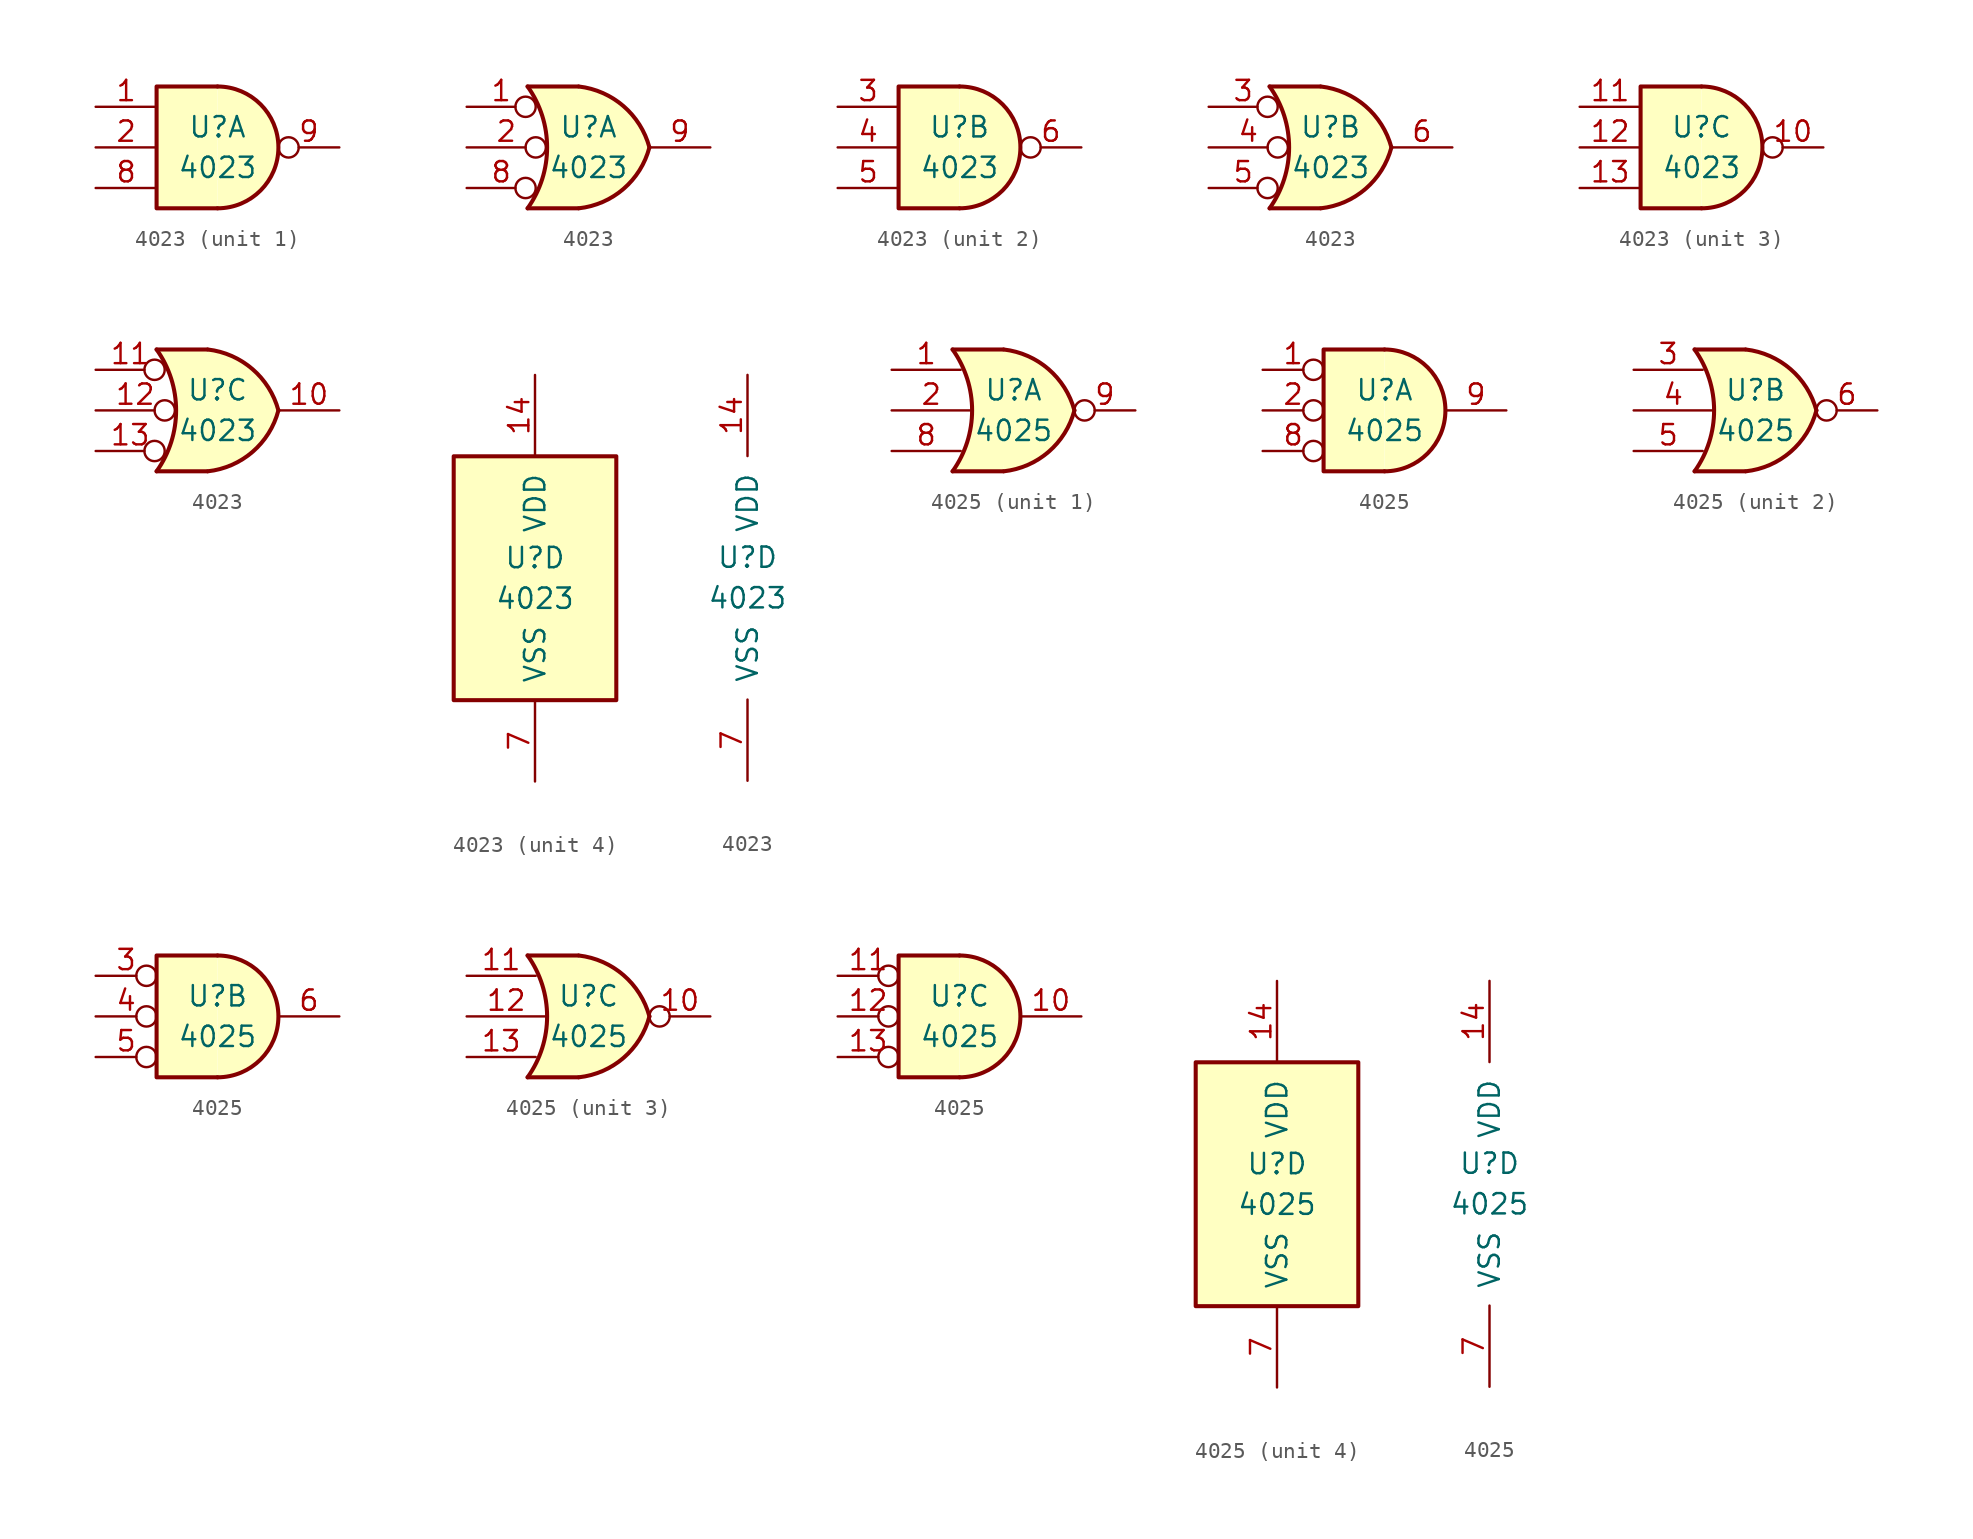
<source format=kicad_sym>
(kicad_symbol_lib
  (version 20200908)
  (generator kicad_symbol_editor)
  (symbol "4xxx:4023"
    (pin_names
      (offset 1.016))
    (property "Reference" "U"
      (at 0 1.27 0)
      (effects (font (size 1.27 1.27))))
    (property "Value" "4023"
      (at 0 -1.27 0)
      (effects (font (size 1.27 1.27))))
    (property "ki_locked" ""
      (at 0 0 0)
      (effects (font (size 1.27 1.27))))
    (symbol "4023_1_1"
      (arc (start 0 -3.81) (end 0 3.81) (radius (at 0 0) (length 3.81) (angles -89.9 89.9)) (stroke (width 0.254)) (fill (type background)))
      (polyline (pts (xy 0 3.81) (xy -3.81 3.81) (xy -3.81 -3.81) (xy 0 -3.81)) (stroke (width 0.254)) (fill (type background)))
      (pin input line (at -7.62 2.54 0) (length 3.81) (name "~" (effects (font (size 1.27 1.27)))) (number "1" (effects (font (size 1.27 1.27)))))
      (pin input line (at -7.62 0 0) (length 3.81) (name "~" (effects (font (size 1.27 1.27)))) (number "2" (effects (font (size 1.27 1.27)))))
      (pin input line (at -7.62 -2.54 0) (length 3.81) (name "~" (effects (font (size 1.27 1.27)))) (number "8" (effects (font (size 1.27 1.27)))))
      (pin output inverted (at 7.62 0 180) (length 3.81) (name "~" (effects (font (size 1.27 1.27)))) (number "9" (effects (font (size 1.27 1.27))))))
    (symbol "4023_2_1"
      (arc (start 0 -3.81) (end 0 3.81) (radius (at 0 0) (length 3.81) (angles -89.9 89.9)) (stroke (width 0.254)) (fill (type background)))
      (polyline (pts (xy 0 3.81) (xy -3.81 3.81) (xy -3.81 -3.81) (xy 0 -3.81)) (stroke (width 0.254)) (fill (type background)))
      (pin input line (at -7.62 2.54 0) (length 3.81) (name "~" (effects (font (size 1.27 1.27)))) (number "3" (effects (font (size 1.27 1.27)))))
      (pin input line (at -7.62 0 0) (length 3.81) (name "~" (effects (font (size 1.27 1.27)))) (number "4" (effects (font (size 1.27 1.27)))))
      (pin input line (at -7.62 -2.54 0) (length 3.81) (name "~" (effects (font (size 1.27 1.27)))) (number "5" (effects (font (size 1.27 1.27)))))
      (pin output inverted (at 7.62 0 180) (length 3.81) (name "~" (effects (font (size 1.27 1.27)))) (number "6" (effects (font (size 1.27 1.27))))))
    (symbol "4023_3_1"
      (arc (start 0 -3.81) (end 0 3.81) (radius (at 0 0) (length 3.81) (angles -89.9 89.9)) (stroke (width 0.254)) (fill (type background)))
      (polyline (pts (xy 0 3.81) (xy -3.81 3.81) (xy -3.81 -3.81) (xy 0 -3.81)) (stroke (width 0.254)) (fill (type background)))
      (pin output inverted (at 7.62 0 180) (length 3.81) (name "~" (effects (font (size 1.27 1.27)))) (number "10" (effects (font (size 1.27 1.27)))))
      (pin input line (at -7.62 2.54 0) (length 3.81) (name "~" (effects (font (size 1.27 1.27)))) (number "11" (effects (font (size 1.27 1.27)))))
      (pin input line (at -7.62 0 0) (length 3.81) (name "~" (effects (font (size 1.27 1.27)))) (number "12" (effects (font (size 1.27 1.27)))))
      (pin input line (at -7.62 -2.54 0) (length 3.81) (name "~" (effects (font (size 1.27 1.27)))) (number "13" (effects (font (size 1.27 1.27))))))
    (symbol "4023_1_2"
      (arc (start -3.81 3.81) (end -3.81 -3.81) (radius (at -9.144 0) (length 6.5532) (angles 35.4 -35.4)) (stroke (width 0.254)) (fill (type none)))
      (arc (start 3.81 0) (end -0.6096 3.81) (radius (at -1.1938 -1.3208) (length 5.1816) (angles 15 83.7)) (stroke (width 0.254)) (fill (type background)))
      (arc (start 3.81 0) (end -0.6096 -3.81) (radius (at -1.1938 1.3208) (length 5.1816) (angles -15 -83.7)) (stroke (width 0.254)) (fill (type background)))
      (polyline (pts (xy -3.81 -3.81) (xy -0.635 -3.81)) (stroke (width 0.254)) (fill (type background)))
      (polyline (pts (xy -3.81 3.81) (xy -0.635 3.81)) (stroke (width 0.254)) (fill (type background)))
      (polyline (pts (xy -0.635 3.81) (xy -3.81 3.81) (xy -3.81 3.81) (xy -3.556 3.404) (xy -3.023 2.261) (xy -2.692 1.041) (xy -2.616 -0.254) (xy -2.769 -1.499) (xy -3.175 -2.718) (xy -3.81 -3.81) (xy -3.81 -3.81) (xy -0.635 -3.81)) (stroke (width -25.4)) (fill (type background)))
      (pin input inverted (at -7.62 2.54 0) (length 4.318) (name "~" (effects (font (size 1.27 1.27)))) (number "1" (effects (font (size 1.27 1.27)))))
      (pin input inverted (at -7.62 0 0) (length 4.953) (name "~" (effects (font (size 1.27 1.27)))) (number "2" (effects (font (size 1.27 1.27)))))
      (pin input inverted (at -7.62 -2.54 0) (length 4.318) (name "~" (effects (font (size 1.27 1.27)))) (number "8" (effects (font (size 1.27 1.27)))))
      (pin output line (at 7.62 0 180) (length 3.81) (name "~" (effects (font (size 1.27 1.27)))) (number "9" (effects (font (size 1.27 1.27))))))
    (symbol "4023_2_2"
      (arc (start -3.81 3.81) (end -3.81 -3.81) (radius (at -9.144 0) (length 6.5532) (angles 35.4 -35.4)) (stroke (width 0.254)) (fill (type none)))
      (arc (start 3.81 0) (end -0.6096 3.81) (radius (at -1.1938 -1.3208) (length 5.1816) (angles 15 83.7)) (stroke (width 0.254)) (fill (type background)))
      (arc (start 3.81 0) (end -0.6096 -3.81) (radius (at -1.1938 1.3208) (length 5.1816) (angles -15 -83.7)) (stroke (width 0.254)) (fill (type background)))
      (polyline (pts (xy -3.81 -3.81) (xy -0.635 -3.81)) (stroke (width 0.254)) (fill (type background)))
      (polyline (pts (xy -3.81 3.81) (xy -0.635 3.81)) (stroke (width 0.254)) (fill (type background)))
      (polyline (pts (xy -0.635 3.81) (xy -3.81 3.81) (xy -3.81 3.81) (xy -3.556 3.404) (xy -3.023 2.261) (xy -2.692 1.041) (xy -2.616 -0.254) (xy -2.769 -1.499) (xy -3.175 -2.718) (xy -3.81 -3.81) (xy -3.81 -3.81) (xy -0.635 -3.81)) (stroke (width -25.4)) (fill (type background)))
      (pin input inverted (at -7.62 2.54 0) (length 4.318) (name "~" (effects (font (size 1.27 1.27)))) (number "3" (effects (font (size 1.27 1.27)))))
      (pin input inverted (at -7.62 0 0) (length 4.953) (name "~" (effects (font (size 1.27 1.27)))) (number "4" (effects (font (size 1.27 1.27)))))
      (pin input inverted (at -7.62 -2.54 0) (length 4.318) (name "~" (effects (font (size 1.27 1.27)))) (number "5" (effects (font (size 1.27 1.27)))))
      (pin output line (at 7.62 0 180) (length 3.81) (name "~" (effects (font (size 1.27 1.27)))) (number "6" (effects (font (size 1.27 1.27))))))
    (symbol "4023_3_2"
      (arc (start -3.81 3.81) (end -3.81 -3.81) (radius (at -9.144 0) (length 6.5532) (angles 35.4 -35.4)) (stroke (width 0.254)) (fill (type none)))
      (arc (start 3.81 0) (end -0.6096 3.81) (radius (at -1.1938 -1.3208) (length 5.1816) (angles 15 83.7)) (stroke (width 0.254)) (fill (type background)))
      (arc (start 3.81 0) (end -0.6096 -3.81) (radius (at -1.1938 1.3208) (length 5.1816) (angles -15 -83.7)) (stroke (width 0.254)) (fill (type background)))
      (polyline (pts (xy -3.81 -3.81) (xy -0.635 -3.81)) (stroke (width 0.254)) (fill (type background)))
      (polyline (pts (xy -3.81 3.81) (xy -0.635 3.81)) (stroke (width 0.254)) (fill (type background)))
      (polyline (pts (xy -0.635 3.81) (xy -3.81 3.81) (xy -3.81 3.81) (xy -3.556 3.404) (xy -3.023 2.261) (xy -2.692 1.041) (xy -2.616 -0.254) (xy -2.769 -1.499) (xy -3.175 -2.718) (xy -3.81 -3.81) (xy -3.81 -3.81) (xy -0.635 -3.81)) (stroke (width -25.4)) (fill (type background)))
      (pin output line (at 7.62 0 180) (length 3.81) (name "~" (effects (font (size 1.27 1.27)))) (number "10" (effects (font (size 1.27 1.27)))))
      (pin input inverted (at -7.62 2.54 0) (length 4.318) (name "~" (effects (font (size 1.27 1.27)))) (number "11" (effects (font (size 1.27 1.27)))))
      (pin input inverted (at -7.62 0 0) (length 4.953) (name "~" (effects (font (size 1.27 1.27)))) (number "12" (effects (font (size 1.27 1.27)))))
      (pin input inverted (at -7.62 -2.54 0) (length 4.318) (name "~" (effects (font (size 1.27 1.27)))) (number "13" (effects (font (size 1.27 1.27))))))
    (symbol "4023_4_1"
      (rectangle (start -5.08 7.62) (end 5.08 -7.62) (stroke (width 0.254)) (fill (type background))))
    (symbol "4023_4_0"
      (pin power_in line (at 0 12.7 270) (length 5.08) (name "VDD" (effects (font (size 1.27 1.27)))) (number "14" (effects (font (size 1.27 1.27)))))
      (pin power_in line (at 0 -12.7 90) (length 5.08) (name "VSS" (effects (font (size 1.27 1.27)))) (number "7" (effects (font (size 1.27 1.27)))))))
  (symbol "4xxx:4025"
    (pin_names
      (offset 1.016))
    (property "Reference" "U"
      (at 0 1.27 0)
      (effects (font (size 1.27 1.27))))
    (property "Value" "4025"
      (at 0 -1.27 0)
      (effects (font (size 1.27 1.27))))
    (property "ki_locked" ""
      (at 0 0 0)
      (effects (font (size 1.27 1.27))))
    (symbol "4025_1_1"
      (arc (start -3.81 3.81) (end -3.81 -3.81) (radius (at -9.144 0) (length 6.5532) (angles 35.4 -35.4)) (stroke (width 0.254)) (fill (type none)))
      (arc (start 3.81 0) (end -0.6096 3.81) (radius (at -1.1938 -1.3208) (length 5.1816) (angles 15 83.7)) (stroke (width 0.254)) (fill (type background)))
      (arc (start 3.81 0) (end -0.6096 -3.81) (radius (at -1.1938 1.3208) (length 5.1816) (angles -15 -83.7)) (stroke (width 0.254)) (fill (type background)))
      (polyline (pts (xy -3.81 -3.81) (xy -0.635 -3.81)) (stroke (width 0.254)) (fill (type background)))
      (polyline (pts (xy -3.81 3.81) (xy -0.635 3.81)) (stroke (width 0.254)) (fill (type background)))
      (polyline (pts (xy -0.635 3.81) (xy -3.81 3.81) (xy -3.81 3.81) (xy -3.556 3.404) (xy -3.023 2.261) (xy -2.692 1.041) (xy -2.616 -0.254) (xy -2.769 -1.499) (xy -3.175 -2.718) (xy -3.81 -3.81) (xy -3.81 -3.81) (xy -0.635 -3.81)) (stroke (width -25.4)) (fill (type background)))
      (pin input line (at -7.62 2.54 0) (length 4.318) (name "~" (effects (font (size 1.27 1.27)))) (number "1" (effects (font (size 1.27 1.27)))))
      (pin input line (at -7.62 0 0) (length 4.953) (name "~" (effects (font (size 1.27 1.27)))) (number "2" (effects (font (size 1.27 1.27)))))
      (pin input line (at -7.62 -2.54 0) (length 4.318) (name "~" (effects (font (size 1.27 1.27)))) (number "8" (effects (font (size 1.27 1.27)))))
      (pin output inverted (at 7.62 0 180) (length 3.81) (name "~" (effects (font (size 1.27 1.27)))) (number "9" (effects (font (size 1.27 1.27))))))
    (symbol "4025_2_1"
      (arc (start -3.81 3.81) (end -3.81 -3.81) (radius (at -9.144 0) (length 6.5532) (angles 35.4 -35.4)) (stroke (width 0.254)) (fill (type none)))
      (arc (start 3.81 0) (end -0.6096 3.81) (radius (at -1.1938 -1.3208) (length 5.1816) (angles 15 83.7)) (stroke (width 0.254)) (fill (type background)))
      (arc (start 3.81 0) (end -0.6096 -3.81) (radius (at -1.1938 1.3208) (length 5.1816) (angles -15 -83.7)) (stroke (width 0.254)) (fill (type background)))
      (polyline (pts (xy -3.81 -3.81) (xy -0.635 -3.81)) (stroke (width 0.254)) (fill (type background)))
      (polyline (pts (xy -3.81 3.81) (xy -0.635 3.81)) (stroke (width 0.254)) (fill (type background)))
      (polyline (pts (xy -0.635 3.81) (xy -3.81 3.81) (xy -3.81 3.81) (xy -3.556 3.404) (xy -3.023 2.261) (xy -2.692 1.041) (xy -2.616 -0.254) (xy -2.769 -1.499) (xy -3.175 -2.718) (xy -3.81 -3.81) (xy -3.81 -3.81) (xy -0.635 -3.81)) (stroke (width -25.4)) (fill (type background)))
      (pin input line (at -7.62 2.54 0) (length 4.318) (name "~" (effects (font (size 1.27 1.27)))) (number "3" (effects (font (size 1.27 1.27)))))
      (pin input line (at -7.62 0 0) (length 4.953) (name "~" (effects (font (size 1.27 1.27)))) (number "4" (effects (font (size 1.27 1.27)))))
      (pin input line (at -7.62 -2.54 0) (length 4.318) (name "~" (effects (font (size 1.27 1.27)))) (number "5" (effects (font (size 1.27 1.27)))))
      (pin output inverted (at 7.62 0 180) (length 3.81) (name "~" (effects (font (size 1.27 1.27)))) (number "6" (effects (font (size 1.27 1.27))))))
    (symbol "4025_3_1"
      (arc (start -3.81 3.81) (end -3.81 -3.81) (radius (at -9.144 0) (length 6.5532) (angles 35.4 -35.4)) (stroke (width 0.254)) (fill (type none)))
      (arc (start 3.81 0) (end -0.6096 3.81) (radius (at -1.1938 -1.3208) (length 5.1816) (angles 15 83.7)) (stroke (width 0.254)) (fill (type background)))
      (arc (start 3.81 0) (end -0.6096 -3.81) (radius (at -1.1938 1.3208) (length 5.1816) (angles -15 -83.7)) (stroke (width 0.254)) (fill (type background)))
      (polyline (pts (xy -3.81 -3.81) (xy -0.635 -3.81)) (stroke (width 0.254)) (fill (type background)))
      (polyline (pts (xy -3.81 3.81) (xy -0.635 3.81)) (stroke (width 0.254)) (fill (type background)))
      (polyline (pts (xy -0.635 3.81) (xy -3.81 3.81) (xy -3.81 3.81) (xy -3.556 3.404) (xy -3.023 2.261) (xy -2.692 1.041) (xy -2.616 -0.254) (xy -2.769 -1.499) (xy -3.175 -2.718) (xy -3.81 -3.81) (xy -3.81 -3.81) (xy -0.635 -3.81)) (stroke (width -25.4)) (fill (type background)))
      (pin output inverted (at 7.62 0 180) (length 3.81) (name "~" (effects (font (size 1.27 1.27)))) (number "10" (effects (font (size 1.27 1.27)))))
      (pin input line (at -7.62 2.54 0) (length 4.318) (name "~" (effects (font (size 1.27 1.27)))) (number "11" (effects (font (size 1.27 1.27)))))
      (pin input line (at -7.62 0 0) (length 4.953) (name "~" (effects (font (size 1.27 1.27)))) (number "12" (effects (font (size 1.27 1.27)))))
      (pin input line (at -7.62 -2.54 0) (length 4.318) (name "~" (effects (font (size 1.27 1.27)))) (number "13" (effects (font (size 1.27 1.27))))))
    (symbol "4025_1_2"
      (arc (start 0 -3.81) (end 0 3.81) (radius (at 0 0) (length 3.81) (angles -89.9 89.9)) (stroke (width 0.254)) (fill (type background)))
      (polyline (pts (xy 0 3.81) (xy -3.81 3.81) (xy -3.81 -3.81) (xy 0 -3.81)) (stroke (width 0.254)) (fill (type background)))
      (pin input inverted (at -7.62 2.54 0) (length 3.81) (name "~" (effects (font (size 1.27 1.27)))) (number "1" (effects (font (size 1.27 1.27)))))
      (pin input inverted (at -7.62 0 0) (length 3.81) (name "~" (effects (font (size 1.27 1.27)))) (number "2" (effects (font (size 1.27 1.27)))))
      (pin input inverted (at -7.62 -2.54 0) (length 3.81) (name "~" (effects (font (size 1.27 1.27)))) (number "8" (effects (font (size 1.27 1.27)))))
      (pin output line (at 7.62 0 180) (length 3.81) (name "~" (effects (font (size 1.27 1.27)))) (number "9" (effects (font (size 1.27 1.27))))))
    (symbol "4025_2_2"
      (arc (start 0 -3.81) (end 0 3.81) (radius (at 0 0) (length 3.81) (angles -89.9 89.9)) (stroke (width 0.254)) (fill (type background)))
      (polyline (pts (xy 0 3.81) (xy -3.81 3.81) (xy -3.81 -3.81) (xy 0 -3.81)) (stroke (width 0.254)) (fill (type background)))
      (pin input inverted (at -7.62 2.54 0) (length 3.81) (name "~" (effects (font (size 1.27 1.27)))) (number "3" (effects (font (size 1.27 1.27)))))
      (pin input inverted (at -7.62 0 0) (length 3.81) (name "~" (effects (font (size 1.27 1.27)))) (number "4" (effects (font (size 1.27 1.27)))))
      (pin input inverted (at -7.62 -2.54 0) (length 3.81) (name "~" (effects (font (size 1.27 1.27)))) (number "5" (effects (font (size 1.27 1.27)))))
      (pin output line (at 7.62 0 180) (length 3.81) (name "~" (effects (font (size 1.27 1.27)))) (number "6" (effects (font (size 1.27 1.27))))))
    (symbol "4025_3_2"
      (arc (start 0 -3.81) (end 0 3.81) (radius (at 0 0) (length 3.81) (angles -89.9 89.9)) (stroke (width 0.254)) (fill (type background)))
      (polyline (pts (xy 0 3.81) (xy -3.81 3.81) (xy -3.81 -3.81) (xy 0 -3.81)) (stroke (width 0.254)) (fill (type background)))
      (pin output line (at 7.62 0 180) (length 3.81) (name "~" (effects (font (size 1.27 1.27)))) (number "10" (effects (font (size 1.27 1.27)))))
      (pin input inverted (at -7.62 2.54 0) (length 3.81) (name "~" (effects (font (size 1.27 1.27)))) (number "11" (effects (font (size 1.27 1.27)))))
      (pin input inverted (at -7.62 0 0) (length 3.81) (name "~" (effects (font (size 1.27 1.27)))) (number "12" (effects (font (size 1.27 1.27)))))
      (pin input inverted (at -7.62 -2.54 0) (length 3.81) (name "~" (effects (font (size 1.27 1.27)))) (number "13" (effects (font (size 1.27 1.27))))))
    (symbol "4025_4_1"
      (rectangle (start -5.08 7.62) (end 5.08 -7.62) (stroke (width 0.254)) (fill (type background))))
    (symbol "4025_4_0"
      (pin power_in line (at 0 12.7 270) (length 5.08) (name "VDD" (effects (font (size 1.27 1.27)))) (number "14" (effects (font (size 1.27 1.27)))))
      (pin power_in line (at 0 -12.7 90) (length 5.08) (name "VSS" (effects (font (size 1.27 1.27)))) (number "7" (effects (font (size 1.27 1.27))))))))
</source>
